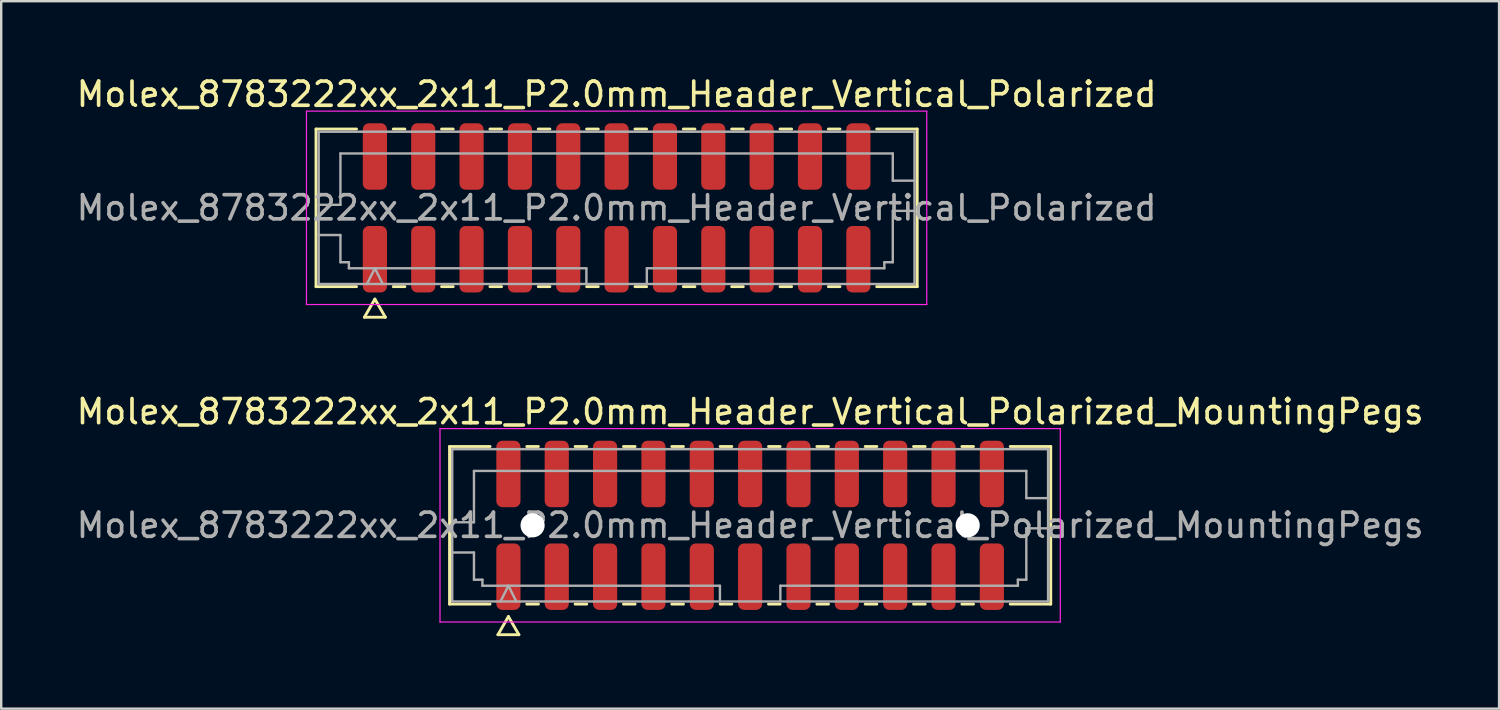
<source format=kicad_pcb>
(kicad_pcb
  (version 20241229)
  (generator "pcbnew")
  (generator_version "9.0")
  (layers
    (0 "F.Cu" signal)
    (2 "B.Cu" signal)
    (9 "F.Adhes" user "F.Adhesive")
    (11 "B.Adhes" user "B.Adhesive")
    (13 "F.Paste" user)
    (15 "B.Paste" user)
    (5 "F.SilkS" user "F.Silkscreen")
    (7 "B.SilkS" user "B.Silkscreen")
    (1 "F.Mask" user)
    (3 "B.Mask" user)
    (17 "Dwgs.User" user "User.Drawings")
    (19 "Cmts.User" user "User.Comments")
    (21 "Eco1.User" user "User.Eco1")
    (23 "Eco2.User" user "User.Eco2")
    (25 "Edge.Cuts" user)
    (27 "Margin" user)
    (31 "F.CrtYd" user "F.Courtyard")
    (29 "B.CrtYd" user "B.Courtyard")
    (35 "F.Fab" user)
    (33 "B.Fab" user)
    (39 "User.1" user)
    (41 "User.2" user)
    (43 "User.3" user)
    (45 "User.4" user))
  (footprint "Molex_8783222xx_2x11_P2.0mm_Header_Vertical_Polarized_MountingPegs"
    (layer "F.Cu")
    (at 27.982 18.681)
    (property "Reference" "Molex_8783222xx_2x11_P2.0mm_Header_Vertical_Polarized_MountingPegs" (at 0 -4.7 0) (layer "F.SilkS") (effects (font (size 1 1) (thickness 0.15))))
    (attr smd)
    (fp_line (start -12.435 -3.26) (end -10.76 -3.26) (stroke (width 0.12) (type solid)) (layer "F.SilkS"))
    (fp_line (start -12.435 3.26) (end -12.435 -3.26) (stroke (width 0.12) (type solid)) (layer "F.SilkS"))
    (fp_line (start -10.76 3.26) (end -12.435 3.26) (stroke (width 0.12) (type solid)) (layer "F.SilkS"))
    (fp_line (start -10.433 4.525) (end -10 3.775) (stroke (width 0.12) (type solid)) (layer "F.SilkS"))
    (fp_line (start -10 3.775) (end -9.567 4.525) (stroke (width 0.12) (type solid)) (layer "F.SilkS"))
    (fp_line (start -9.567 4.525) (end -10.433 4.525) (stroke (width 0.12) (type solid)) (layer "F.SilkS"))
    (fp_line (start -9.24 -3.26) (end -8.76 -3.26) (stroke (width 0.12) (type solid)) (layer "F.SilkS"))
    (fp_line (start -8.76 3.26) (end -9.24 3.26) (stroke (width 0.12) (type solid)) (layer "F.SilkS"))
    (fp_line (start -7.24 -3.26) (end -6.76 -3.26) (stroke (width 0.12) (type solid)) (layer "F.SilkS"))
    (fp_line (start -6.76 3.26) (end -7.24 3.26) (stroke (width 0.12) (type solid)) (layer "F.SilkS"))
    (fp_line (start -5.24 -3.26) (end -4.76 -3.26) (stroke (width 0.12) (type solid)) (layer "F.SilkS"))
    (fp_line (start -4.76 3.26) (end -5.24 3.26) (stroke (width 0.12) (type solid)) (layer "F.SilkS"))
    (fp_line (start -3.24 -3.26) (end -2.76 -3.26) (stroke (width 0.12) (type solid)) (layer "F.SilkS"))
    (fp_line (start -2.76 3.26) (end -3.24 3.26) (stroke (width 0.12) (type solid)) (layer "F.SilkS"))
    (fp_line (start -1.24 -3.26) (end -0.76 -3.26) (stroke (width 0.12) (type solid)) (layer "F.SilkS"))
    (fp_line (start -0.76 3.26) (end -1.24 3.26) (stroke (width 0.12) (type solid)) (layer "F.SilkS"))
    (fp_line (start 0.76 -3.26) (end 1.24 -3.26) (stroke (width 0.12) (type solid)) (layer "F.SilkS"))
    (fp_line (start 1.24 3.26) (end 0.76 3.26) (stroke (width 0.12) (type solid)) (layer "F.SilkS"))
    (fp_line (start 2.76 -3.26) (end 3.24 -3.26) (stroke (width 0.12) (type solid)) (layer "F.SilkS"))
    (fp_line (start 3.24 3.26) (end 2.76 3.26) (stroke (width 0.12) (type solid)) (layer "F.SilkS"))
    (fp_line (start 4.76 -3.26) (end 5.24 -3.26) (stroke (width 0.12) (type solid)) (layer "F.SilkS"))
    (fp_line (start 5.24 3.26) (end 4.76 3.26) (stroke (width 0.12) (type solid)) (layer "F.SilkS"))
    (fp_line (start 6.76 -3.26) (end 7.24 -3.26) (stroke (width 0.12) (type solid)) (layer "F.SilkS"))
    (fp_line (start 7.24 3.26) (end 6.76 3.26) (stroke (width 0.12) (type solid)) (layer "F.SilkS"))
    (fp_line (start 8.76 -3.26) (end 9.24 -3.26) (stroke (width 0.12) (type solid)) (layer "F.SilkS"))
    (fp_line (start 9.24 3.26) (end 8.76 3.26) (stroke (width 0.12) (type solid)) (layer "F.SilkS"))
    (fp_line (start 10.76 -3.26) (end 12.435 -3.26) (stroke (width 0.12) (type solid)) (layer "F.SilkS"))
    (fp_line (start 12.435 -3.26) (end 12.435 3.26) (stroke (width 0.12) (type solid)) (layer "F.SilkS"))
    (fp_line (start 12.435 3.26) (end 10.76 3.26) (stroke (width 0.12) (type solid)) (layer "F.SilkS"))
    (fp_line (start -12.83 -4) (end -12.83 4) (stroke (width 0.05) (type solid)) (layer "F.CrtYd"))
    (fp_line (start -12.83 4) (end 12.83 4) (stroke (width 0.05) (type solid)) (layer "F.CrtYd"))
    (fp_line (start 12.83 -4) (end -12.83 -4) (stroke (width 0.05) (type solid)) (layer "F.CrtYd"))
    (fp_line (start 12.83 4) (end 12.83 -4) (stroke (width 0.05) (type solid)) (layer "F.CrtYd"))
    (fp_line (start -12.325 -3.15) (end 12.325 -3.15) (stroke (width 0.1) (type solid)) (layer "F.Fab"))
    (fp_line (start -12.325 -0.125) (end -11.425 -0.125) (stroke (width 0.1) (type solid)) (layer "F.Fab"))
    (fp_line (start -12.325 1.125) (end -11.425 1.125) (stroke (width 0.1) (type solid)) (layer "F.Fab"))
    (fp_line (start -12.325 3.15) (end -12.325 -3.15) (stroke (width 0.1) (type solid)) (layer "F.Fab"))
    (fp_line (start -11.425 -2.25) (end 11.425 -2.25) (stroke (width 0.1) (type solid)) (layer "F.Fab"))
    (fp_line (start -11.425 -0.125) (end -11.425 -2.25) (stroke (width 0.1) (type solid)) (layer "F.Fab"))
    (fp_line (start -11.425 1.125) (end -11.425 2.25) (stroke (width 0.1) (type solid)) (layer "F.Fab"))
    (fp_line (start -11.425 2.25) (end -11.075 2.25) (stroke (width 0.1) (type solid)) (layer "F.Fab"))
    (fp_line (start -11.075 2.25) (end -11.075 2.5) (stroke (width 0.1) (type solid)) (layer "F.Fab"))
    (fp_line (start -11.075 2.5) (end -1.25 2.5) (stroke (width 0.1) (type solid)) (layer "F.Fab"))
    (fp_line (start -10.325 3.15) (end -10 2.5) (stroke (width 0.1) (type solid)) (layer "F.Fab"))
    (fp_line (start -10 2.5) (end -9.675 3.15) (stroke (width 0.1) (type solid)) (layer "F.Fab"))
    (fp_line (start -1.25 2.5) (end -1.25 3.15) (stroke (width 0.1) (type solid)) (layer "F.Fab"))
    (fp_line (start 1.25 2.5) (end 1.25 3.15) (stroke (width 0.1) (type solid)) (layer "F.Fab"))
    (fp_line (start 1.25 2.5) (end 11.075 2.5) (stroke (width 0.1) (type solid)) (layer "F.Fab"))
    (fp_line (start 11.075 2.25) (end 11.425 2.25) (stroke (width 0.1) (type solid)) (layer "F.Fab"))
    (fp_line (start 11.075 2.5) (end 11.075 2.25) (stroke (width 0.1) (type solid)) (layer "F.Fab"))
    (fp_line (start 11.425 -2.25) (end 11.425 -1.125) (stroke (width 0.1) (type solid)) (layer "F.Fab"))
    (fp_line (start 11.425 -1.125) (end 12.325 -1.125) (stroke (width 0.1) (type solid)) (layer "F.Fab"))
    (fp_line (start 11.425 0.125) (end 12.325 0.125) (stroke (width 0.1) (type solid)) (layer "F.Fab"))
    (fp_line (start 11.425 2.25) (end 11.425 0.125) (stroke (width 0.1) (type solid)) (layer "F.Fab"))
    (fp_line (start 12.325 -3.15) (end 12.325 3.15) (stroke (width 0.1) (type solid)) (layer "F.Fab"))
    (fp_line (start 12.325 3.15) (end -12.325 3.15) (stroke (width 0.1) (type solid)) (layer "F.Fab"))
    (fp_text user "${REFERENCE}" (at 0 0 0) (layer "F.Fab") (effects (font (size 1 1) (thickness 0.15))))
    (pad "" np_thru_hole circle (at -9 0) (size 1 1) (drill 1) (layers "*.Cu" "*.Mask"))
    (pad "" np_thru_hole circle (at 9 0) (size 1 1) (drill 1) (layers "*.Cu" "*.Mask"))
    (pad "1" smd roundrect (at -10 2.125) (size 1 2.75) (layers "F.Cu" "F.Mask" "F.Paste") (roundrect_rratio 0.25))
    (pad "2" smd roundrect (at -10 -2.125) (size 1 2.75) (layers "F.Cu" "F.Mask" "F.Paste") (roundrect_rratio 0.25))
    (pad "3" smd roundrect (at -8 2.125) (size 1 2.75) (layers "F.Cu" "F.Mask" "F.Paste") (roundrect_rratio 0.25))
    (pad "4" smd roundrect (at -8 -2.125) (size 1 2.75) (layers "F.Cu" "F.Mask" "F.Paste") (roundrect_rratio 0.25))
    (pad "5" smd roundrect (at -6 2.125) (size 1 2.75) (layers "F.Cu" "F.Mask" "F.Paste") (roundrect_rratio 0.25))
    (pad "6" smd roundrect (at -6 -2.125) (size 1 2.75) (layers "F.Cu" "F.Mask" "F.Paste") (roundrect_rratio 0.25))
    (pad "7" smd roundrect (at -4 2.125) (size 1 2.75) (layers "F.Cu" "F.Mask" "F.Paste") (roundrect_rratio 0.25))
    (pad "8" smd roundrect (at -4 -2.125) (size 1 2.75) (layers "F.Cu" "F.Mask" "F.Paste") (roundrect_rratio 0.25))
    (pad "9" smd roundrect (at -2 2.125) (size 1 2.75) (layers "F.Cu" "F.Mask" "F.Paste") (roundrect_rratio 0.25))
    (pad "10" smd roundrect (at -2 -2.125) (size 1 2.75) (layers "F.Cu" "F.Mask" "F.Paste") (roundrect_rratio 0.25))
    (pad "11" smd roundrect (at 0 2.125) (size 1 2.75) (layers "F.Cu" "F.Mask" "F.Paste") (roundrect_rratio 0.25))
    (pad "12" smd roundrect (at 0 -2.125) (size 1 2.75) (layers "F.Cu" "F.Mask" "F.Paste") (roundrect_rratio 0.25))
    (pad "13" smd roundrect (at 2 2.125) (size 1 2.75) (layers "F.Cu" "F.Mask" "F.Paste") (roundrect_rratio 0.25))
    (pad "14" smd roundrect (at 2 -2.125) (size 1 2.75) (layers "F.Cu" "F.Mask" "F.Paste") (roundrect_rratio 0.25))
    (pad "15" smd roundrect (at 4 2.125) (size 1 2.75) (layers "F.Cu" "F.Mask" "F.Paste") (roundrect_rratio 0.25))
    (pad "16" smd roundrect (at 4 -2.125) (size 1 2.75) (layers "F.Cu" "F.Mask" "F.Paste") (roundrect_rratio 0.25))
    (pad "17" smd roundrect (at 6 2.125) (size 1 2.75) (layers "F.Cu" "F.Mask" "F.Paste") (roundrect_rratio 0.25))
    (pad "18" smd roundrect (at 6 -2.125) (size 1 2.75) (layers "F.Cu" "F.Mask" "F.Paste") (roundrect_rratio 0.25))
    (pad "19" smd roundrect (at 8 2.125) (size 1 2.75) (layers "F.Cu" "F.Mask" "F.Paste") (roundrect_rratio 0.25))
    (pad "20" smd roundrect (at 8 -2.125) (size 1 2.75) (layers "F.Cu" "F.Mask" "F.Paste") (roundrect_rratio 0.25))
    (pad "21" smd roundrect (at 10 2.125) (size 1 2.75) (layers "F.Cu" "F.Mask" "F.Paste") (roundrect_rratio 0.25))
    (pad "22" smd roundrect (at 10 -2.125) (size 1 2.75) (layers "F.Cu" "F.Mask" "F.Paste") (roundrect_rratio 0.25)))
  (footprint "Molex_8783222xx_2x11_P2.0mm_Header_Vertical_Polarized"
    (layer "F.Cu")
    (at 22.458 5.548)
    (property "Reference" "Molex_8783222xx_2x11_P2.0mm_Header_Vertical_Polarized" (at 0 -4.7 0) (layer "F.SilkS") (effects (font (size 1 1) (thickness 0.15))))
    (attr smd)
    (fp_line (start -12.435 -3.26) (end -10.76 -3.26) (stroke (width 0.12) (type solid)) (layer "F.SilkS"))
    (fp_line (start -12.435 3.26) (end -12.435 -3.26) (stroke (width 0.12) (type solid)) (layer "F.SilkS"))
    (fp_line (start -10.76 3.26) (end -12.435 3.26) (stroke (width 0.12) (type solid)) (layer "F.SilkS"))
    (fp_line (start -10.433 4.525) (end -10 3.775) (stroke (width 0.12) (type solid)) (layer "F.SilkS"))
    (fp_line (start -10 3.775) (end -9.567 4.525) (stroke (width 0.12) (type solid)) (layer "F.SilkS"))
    (fp_line (start -9.567 4.525) (end -10.433 4.525) (stroke (width 0.12) (type solid)) (layer "F.SilkS"))
    (fp_line (start -9.24 -3.26) (end -8.76 -3.26) (stroke (width 0.12) (type solid)) (layer "F.SilkS"))
    (fp_line (start -8.76 3.26) (end -9.24 3.26) (stroke (width 0.12) (type solid)) (layer "F.SilkS"))
    (fp_line (start -7.24 -3.26) (end -6.76 -3.26) (stroke (width 0.12) (type solid)) (layer "F.SilkS"))
    (fp_line (start -6.76 3.26) (end -7.24 3.26) (stroke (width 0.12) (type solid)) (layer "F.SilkS"))
    (fp_line (start -5.24 -3.26) (end -4.76 -3.26) (stroke (width 0.12) (type solid)) (layer "F.SilkS"))
    (fp_line (start -4.76 3.26) (end -5.24 3.26) (stroke (width 0.12) (type solid)) (layer "F.SilkS"))
    (fp_line (start -3.24 -3.26) (end -2.76 -3.26) (stroke (width 0.12) (type solid)) (layer "F.SilkS"))
    (fp_line (start -2.76 3.26) (end -3.24 3.26) (stroke (width 0.12) (type solid)) (layer "F.SilkS"))
    (fp_line (start -1.24 -3.26) (end -0.76 -3.26) (stroke (width 0.12) (type solid)) (layer "F.SilkS"))
    (fp_line (start -0.76 3.26) (end -1.24 3.26) (stroke (width 0.12) (type solid)) (layer "F.SilkS"))
    (fp_line (start 0.76 -3.26) (end 1.24 -3.26) (stroke (width 0.12) (type solid)) (layer "F.SilkS"))
    (fp_line (start 1.24 3.26) (end 0.76 3.26) (stroke (width 0.12) (type solid)) (layer "F.SilkS"))
    (fp_line (start 2.76 -3.26) (end 3.24 -3.26) (stroke (width 0.12) (type solid)) (layer "F.SilkS"))
    (fp_line (start 3.24 3.26) (end 2.76 3.26) (stroke (width 0.12) (type solid)) (layer "F.SilkS"))
    (fp_line (start 4.76 -3.26) (end 5.24 -3.26) (stroke (width 0.12) (type solid)) (layer "F.SilkS"))
    (fp_line (start 5.24 3.26) (end 4.76 3.26) (stroke (width 0.12) (type solid)) (layer "F.SilkS"))
    (fp_line (start 6.76 -3.26) (end 7.24 -3.26) (stroke (width 0.12) (type solid)) (layer "F.SilkS"))
    (fp_line (start 7.24 3.26) (end 6.76 3.26) (stroke (width 0.12) (type solid)) (layer "F.SilkS"))
    (fp_line (start 8.76 -3.26) (end 9.24 -3.26) (stroke (width 0.12) (type solid)) (layer "F.SilkS"))
    (fp_line (start 9.24 3.26) (end 8.76 3.26) (stroke (width 0.12) (type solid)) (layer "F.SilkS"))
    (fp_line (start 10.76 -3.26) (end 12.435 -3.26) (stroke (width 0.12) (type solid)) (layer "F.SilkS"))
    (fp_line (start 12.435 -3.26) (end 12.435 3.26) (stroke (width 0.12) (type solid)) (layer "F.SilkS"))
    (fp_line (start 12.435 3.26) (end 10.76 3.26) (stroke (width 0.12) (type solid)) (layer "F.SilkS"))
    (fp_line (start -12.83 -4) (end -12.83 4) (stroke (width 0.05) (type solid)) (layer "F.CrtYd"))
    (fp_line (start -12.83 4) (end 12.83 4) (stroke (width 0.05) (type solid)) (layer "F.CrtYd"))
    (fp_line (start 12.83 -4) (end -12.83 -4) (stroke (width 0.05) (type solid)) (layer "F.CrtYd"))
    (fp_line (start 12.83 4) (end 12.83 -4) (stroke (width 0.05) (type solid)) (layer "F.CrtYd"))
    (fp_line (start -12.325 -3.15) (end 12.325 -3.15) (stroke (width 0.1) (type solid)) (layer "F.Fab"))
    (fp_line (start -12.325 -0.125) (end -11.425 -0.125) (stroke (width 0.1) (type solid)) (layer "F.Fab"))
    (fp_line (start -12.325 1.125) (end -11.425 1.125) (stroke (width 0.1) (type solid)) (layer "F.Fab"))
    (fp_line (start -12.325 3.15) (end -12.325 -3.15) (stroke (width 0.1) (type solid)) (layer "F.Fab"))
    (fp_line (start -11.425 -2.25) (end 11.425 -2.25) (stroke (width 0.1) (type solid)) (layer "F.Fab"))
    (fp_line (start -11.425 -0.125) (end -11.425 -2.25) (stroke (width 0.1) (type solid)) (layer "F.Fab"))
    (fp_line (start -11.425 1.125) (end -11.425 2.25) (stroke (width 0.1) (type solid)) (layer "F.Fab"))
    (fp_line (start -11.425 2.25) (end -11.075 2.25) (stroke (width 0.1) (type solid)) (layer "F.Fab"))
    (fp_line (start -11.075 2.25) (end -11.075 2.5) (stroke (width 0.1) (type solid)) (layer "F.Fab"))
    (fp_line (start -11.075 2.5) (end -1.25 2.5) (stroke (width 0.1) (type solid)) (layer "F.Fab"))
    (fp_line (start -10.325 3.15) (end -10 2.5) (stroke (width 0.1) (type solid)) (layer "F.Fab"))
    (fp_line (start -10 2.5) (end -9.675 3.15) (stroke (width 0.1) (type solid)) (layer "F.Fab"))
    (fp_line (start -1.25 2.5) (end -1.25 3.15) (stroke (width 0.1) (type solid)) (layer "F.Fab"))
    (fp_line (start 1.25 2.5) (end 1.25 3.15) (stroke (width 0.1) (type solid)) (layer "F.Fab"))
    (fp_line (start 1.25 2.5) (end 11.075 2.5) (stroke (width 0.1) (type solid)) (layer "F.Fab"))
    (fp_line (start 11.075 2.25) (end 11.425 2.25) (stroke (width 0.1) (type solid)) (layer "F.Fab"))
    (fp_line (start 11.075 2.5) (end 11.075 2.25) (stroke (width 0.1) (type solid)) (layer "F.Fab"))
    (fp_line (start 11.425 -2.25) (end 11.425 -1.125) (stroke (width 0.1) (type solid)) (layer "F.Fab"))
    (fp_line (start 11.425 -1.125) (end 12.325 -1.125) (stroke (width 0.1) (type solid)) (layer "F.Fab"))
    (fp_line (start 11.425 0.125) (end 12.325 0.125) (stroke (width 0.1) (type solid)) (layer "F.Fab"))
    (fp_line (start 11.425 2.25) (end 11.425 0.125) (stroke (width 0.1) (type solid)) (layer "F.Fab"))
    (fp_line (start 12.325 -3.15) (end 12.325 3.15) (stroke (width 0.1) (type solid)) (layer "F.Fab"))
    (fp_line (start 12.325 3.15) (end -12.325 3.15) (stroke (width 0.1) (type solid)) (layer "F.Fab"))
    (fp_text user "${REFERENCE}" (at 0 0 0) (layer "F.Fab") (effects (font (size 1 1) (thickness 0.15))))
    (pad "1" smd roundrect (at -10 2.125) (size 1 2.75) (layers "F.Cu" "F.Mask" "F.Paste") (roundrect_rratio 0.25))
    (pad "2" smd roundrect (at -10 -2.125) (size 1 2.75) (layers "F.Cu" "F.Mask" "F.Paste") (roundrect_rratio 0.25))
    (pad "3" smd roundrect (at -8 2.125) (size 1 2.75) (layers "F.Cu" "F.Mask" "F.Paste") (roundrect_rratio 0.25))
    (pad "4" smd roundrect (at -8 -2.125) (size 1 2.75) (layers "F.Cu" "F.Mask" "F.Paste") (roundrect_rratio 0.25))
    (pad "5" smd roundrect (at -6 2.125) (size 1 2.75) (layers "F.Cu" "F.Mask" "F.Paste") (roundrect_rratio 0.25))
    (pad "6" smd roundrect (at -6 -2.125) (size 1 2.75) (layers "F.Cu" "F.Mask" "F.Paste") (roundrect_rratio 0.25))
    (pad "7" smd roundrect (at -4 2.125) (size 1 2.75) (layers "F.Cu" "F.Mask" "F.Paste") (roundrect_rratio 0.25))
    (pad "8" smd roundrect (at -4 -2.125) (size 1 2.75) (layers "F.Cu" "F.Mask" "F.Paste") (roundrect_rratio 0.25))
    (pad "9" smd roundrect (at -2 2.125) (size 1 2.75) (layers "F.Cu" "F.Mask" "F.Paste") (roundrect_rratio 0.25))
    (pad "10" smd roundrect (at -2 -2.125) (size 1 2.75) (layers "F.Cu" "F.Mask" "F.Paste") (roundrect_rratio 0.25))
    (pad "11" smd roundrect (at 0 2.125) (size 1 2.75) (layers "F.Cu" "F.Mask" "F.Paste") (roundrect_rratio 0.25))
    (pad "12" smd roundrect (at 0 -2.125) (size 1 2.75) (layers "F.Cu" "F.Mask" "F.Paste") (roundrect_rratio 0.25))
    (pad "13" smd roundrect (at 2 2.125) (size 1 2.75) (layers "F.Cu" "F.Mask" "F.Paste") (roundrect_rratio 0.25))
    (pad "14" smd roundrect (at 2 -2.125) (size 1 2.75) (layers "F.Cu" "F.Mask" "F.Paste") (roundrect_rratio 0.25))
    (pad "15" smd roundrect (at 4 2.125) (size 1 2.75) (layers "F.Cu" "F.Mask" "F.Paste") (roundrect_rratio 0.25))
    (pad "16" smd roundrect (at 4 -2.125) (size 1 2.75) (layers "F.Cu" "F.Mask" "F.Paste") (roundrect_rratio 0.25))
    (pad "17" smd roundrect (at 6 2.125) (size 1 2.75) (layers "F.Cu" "F.Mask" "F.Paste") (roundrect_rratio 0.25))
    (pad "18" smd roundrect (at 6 -2.125) (size 1 2.75) (layers "F.Cu" "F.Mask" "F.Paste") (roundrect_rratio 0.25))
    (pad "19" smd roundrect (at 8 2.125) (size 1 2.75) (layers "F.Cu" "F.Mask" "F.Paste") (roundrect_rratio 0.25))
    (pad "20" smd roundrect (at 8 -2.125) (size 1 2.75) (layers "F.Cu" "F.Mask" "F.Paste") (roundrect_rratio 0.25))
    (pad "21" smd roundrect (at 10 2.125) (size 1 2.75) (layers "F.Cu" "F.Mask" "F.Paste") (roundrect_rratio 0.25))
    (pad "22" smd roundrect (at 10 -2.125) (size 1 2.75) (layers "F.Cu" "F.Mask" "F.Paste") (roundrect_rratio 0.25)))
  (gr_rect
    (start -3 -3)
    (end 58.964 26.267)
    (stroke (width 0.1) (type default))
    (fill no)
    (layer "Edge.Cuts")))
</source>
